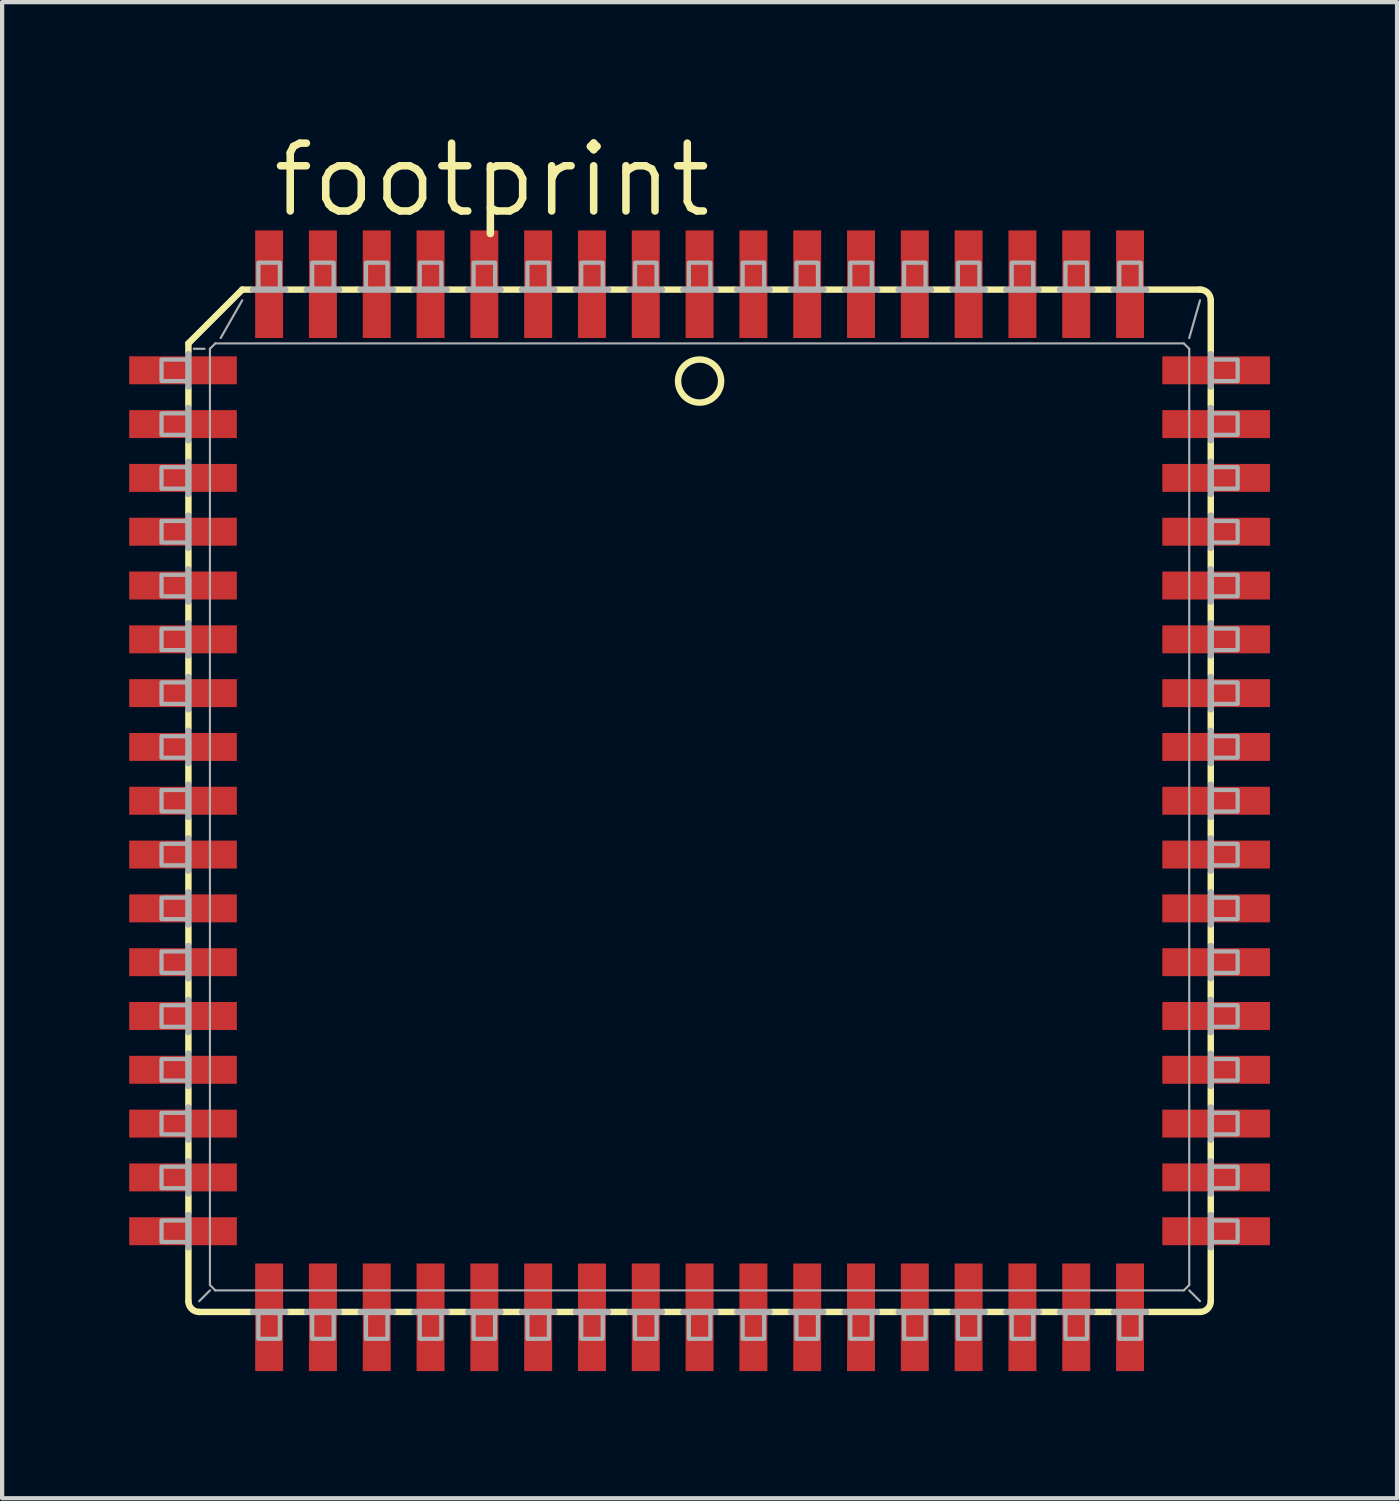
<source format=kicad_pcb>
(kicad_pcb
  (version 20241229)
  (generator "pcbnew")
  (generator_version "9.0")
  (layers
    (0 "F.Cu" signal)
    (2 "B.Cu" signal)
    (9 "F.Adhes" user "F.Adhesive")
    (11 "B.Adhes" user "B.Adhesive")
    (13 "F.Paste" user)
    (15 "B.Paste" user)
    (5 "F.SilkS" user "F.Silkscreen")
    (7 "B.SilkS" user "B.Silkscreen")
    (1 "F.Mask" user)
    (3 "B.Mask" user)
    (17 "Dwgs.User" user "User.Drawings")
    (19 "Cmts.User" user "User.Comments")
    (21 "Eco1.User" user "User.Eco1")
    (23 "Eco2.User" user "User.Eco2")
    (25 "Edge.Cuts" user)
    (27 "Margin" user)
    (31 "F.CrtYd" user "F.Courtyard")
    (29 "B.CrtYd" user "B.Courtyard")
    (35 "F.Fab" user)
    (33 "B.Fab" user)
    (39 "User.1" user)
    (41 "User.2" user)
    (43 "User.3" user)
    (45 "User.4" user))
  (footprint "footprint"
    (layer "F.Cu")
    (at 13.462 15.85)
    (property "Reference" "footprint" (at -10.16 -13.716 0) (layer "F.SilkS") (effects (font (size 1.6 1.6) (thickness 0.178)) (justify left bottom)))
    (fp_line (start -12.065 -10.795) (end -12.065 -10.592) (stroke (width 0.152) (type solid)) (layer "F.SilkS"))
    (fp_line (start -12.065 -10.795) (end -10.795 -12.065) (stroke (width 0.152) (type solid)) (layer "F.SilkS"))
    (fp_line (start -12.065 -9.728) (end -12.065 -9.322) (stroke (width 0.152) (type solid)) (layer "F.SilkS"))
    (fp_line (start -12.065 -8.458) (end -12.065 -8.052) (stroke (width 0.152) (type solid)) (layer "F.SilkS"))
    (fp_line (start -12.065 -7.188) (end -12.065 -6.782) (stroke (width 0.152) (type solid)) (layer "F.SilkS"))
    (fp_line (start -12.065 -5.918) (end -12.065 -5.512) (stroke (width 0.152) (type solid)) (layer "F.SilkS"))
    (fp_line (start -12.065 -4.648) (end -12.065 -4.242) (stroke (width 0.152) (type solid)) (layer "F.SilkS"))
    (fp_line (start -12.065 -3.378) (end -12.065 -2.972) (stroke (width 0.152) (type solid)) (layer "F.SilkS"))
    (fp_line (start -12.065 -1.702) (end -12.065 -2.108) (stroke (width 0.152) (type solid)) (layer "F.SilkS"))
    (fp_line (start -12.065 -0.838) (end -12.065 -0.432) (stroke (width 0.152) (type solid)) (layer "F.SilkS"))
    (fp_line (start -12.065 0.838) (end -12.065 0.432) (stroke (width 0.152) (type solid)) (layer "F.SilkS"))
    (fp_line (start -12.065 1.702) (end -12.065 2.108) (stroke (width 0.152) (type solid)) (layer "F.SilkS"))
    (fp_line (start -12.065 3.378) (end -12.065 2.972) (stroke (width 0.152) (type solid)) (layer "F.SilkS"))
    (fp_line (start -12.065 4.242) (end -12.065 4.648) (stroke (width 0.152) (type solid)) (layer "F.SilkS"))
    (fp_line (start -12.065 5.918) (end -12.065 5.512) (stroke (width 0.152) (type solid)) (layer "F.SilkS"))
    (fp_line (start -12.065 6.782) (end -12.065 7.188) (stroke (width 0.152) (type solid)) (layer "F.SilkS"))
    (fp_line (start -12.065 8.458) (end -12.065 8.052) (stroke (width 0.152) (type solid)) (layer "F.SilkS"))
    (fp_line (start -12.065 9.322) (end -12.065 9.728) (stroke (width 0.152) (type solid)) (layer "F.SilkS"))
    (fp_line (start -12.065 11.811) (end -12.065 10.592) (stroke (width 0.152) (type solid)) (layer "F.SilkS"))
    (fp_line (start -11.811 12.065) (end -10.592 12.065) (stroke (width 0.152) (type solid)) (layer "F.SilkS"))
    (fp_line (start -10.795 -12.065) (end -10.592 -12.065) (stroke (width 0.152) (type solid)) (layer "F.SilkS"))
    (fp_line (start -9.728 12.065) (end -9.322 12.065) (stroke (width 0.152) (type solid)) (layer "F.SilkS"))
    (fp_line (start -9.322 -12.065) (end -9.728 -12.065) (stroke (width 0.152) (type solid)) (layer "F.SilkS"))
    (fp_line (start -8.458 -12.065) (end -8.052 -12.065) (stroke (width 0.152) (type solid)) (layer "F.SilkS"))
    (fp_line (start -8.458 12.065) (end -8.052 12.065) (stroke (width 0.152) (type solid)) (layer "F.SilkS"))
    (fp_line (start -7.188 12.065) (end -6.782 12.065) (stroke (width 0.152) (type solid)) (layer "F.SilkS"))
    (fp_line (start -6.782 -12.065) (end -7.188 -12.065) (stroke (width 0.152) (type solid)) (layer "F.SilkS"))
    (fp_line (start -5.918 -12.065) (end -5.512 -12.065) (stroke (width 0.152) (type solid)) (layer "F.SilkS"))
    (fp_line (start -5.918 12.065) (end -5.512 12.065) (stroke (width 0.152) (type solid)) (layer "F.SilkS"))
    (fp_line (start -4.648 12.065) (end -4.242 12.065) (stroke (width 0.152) (type solid)) (layer "F.SilkS"))
    (fp_line (start -4.242 -12.065) (end -4.648 -12.065) (stroke (width 0.152) (type solid)) (layer "F.SilkS"))
    (fp_line (start -3.378 -12.065) (end -2.972 -12.065) (stroke (width 0.152) (type solid)) (layer "F.SilkS"))
    (fp_line (start -3.378 12.065) (end -2.972 12.065) (stroke (width 0.152) (type solid)) (layer "F.SilkS"))
    (fp_line (start -1.702 -12.065) (end -2.108 -12.065) (stroke (width 0.152) (type solid)) (layer "F.SilkS"))
    (fp_line (start -1.702 12.065) (end -2.108 12.065) (stroke (width 0.152) (type solid)) (layer "F.SilkS"))
    (fp_line (start -0.838 -12.065) (end -0.432 -12.065) (stroke (width 0.152) (type solid)) (layer "F.SilkS"))
    (fp_line (start -0.838 12.065) (end -0.432 12.065) (stroke (width 0.152) (type solid)) (layer "F.SilkS"))
    (fp_line (start 0.838 -12.065) (end 0.432 -12.065) (stroke (width 0.152) (type solid)) (layer "F.SilkS"))
    (fp_line (start 0.838 12.065) (end 0.432 12.065) (stroke (width 0.152) (type solid)) (layer "F.SilkS"))
    (fp_line (start 1.702 -12.065) (end 2.108 -12.065) (stroke (width 0.152) (type solid)) (layer "F.SilkS"))
    (fp_line (start 1.702 12.065) (end 2.108 12.065) (stroke (width 0.152) (type solid)) (layer "F.SilkS"))
    (fp_line (start 3.378 -12.065) (end 2.972 -12.065) (stroke (width 0.152) (type solid)) (layer "F.SilkS"))
    (fp_line (start 3.378 12.065) (end 2.972 12.065) (stroke (width 0.152) (type solid)) (layer "F.SilkS"))
    (fp_line (start 4.242 12.065) (end 4.648 12.065) (stroke (width 0.152) (type solid)) (layer "F.SilkS"))
    (fp_line (start 4.648 -12.065) (end 4.242 -12.065) (stroke (width 0.152) (type solid)) (layer "F.SilkS"))
    (fp_line (start 5.918 -12.065) (end 5.512 -12.065) (stroke (width 0.152) (type solid)) (layer "F.SilkS"))
    (fp_line (start 5.918 12.065) (end 5.512 12.065) (stroke (width 0.152) (type solid)) (layer "F.SilkS"))
    (fp_line (start 6.782 12.065) (end 7.188 12.065) (stroke (width 0.152) (type solid)) (layer "F.SilkS"))
    (fp_line (start 7.188 -12.065) (end 6.782 -12.065) (stroke (width 0.152) (type solid)) (layer "F.SilkS"))
    (fp_line (start 8.458 -12.065) (end 8.052 -12.065) (stroke (width 0.152) (type solid)) (layer "F.SilkS"))
    (fp_line (start 8.458 12.065) (end 8.052 12.065) (stroke (width 0.152) (type solid)) (layer "F.SilkS"))
    (fp_line (start 9.322 12.065) (end 9.728 12.065) (stroke (width 0.152) (type solid)) (layer "F.SilkS"))
    (fp_line (start 9.728 -12.065) (end 9.322 -12.065) (stroke (width 0.152) (type solid)) (layer "F.SilkS"))
    (fp_line (start 11.811 -12.065) (end 10.592 -12.065) (stroke (width 0.152) (type solid)) (layer "F.SilkS"))
    (fp_line (start 11.811 12.065) (end 10.592 12.065) (stroke (width 0.152) (type solid)) (layer "F.SilkS"))
    (fp_line (start 12.065 -11.811) (end 12.065 -10.592) (stroke (width 0.152) (type solid)) (layer "F.SilkS"))
    (fp_line (start 12.065 -9.322) (end 12.065 -9.728) (stroke (width 0.152) (type solid)) (layer "F.SilkS"))
    (fp_line (start 12.065 -8.458) (end 12.065 -8.052) (stroke (width 0.152) (type solid)) (layer "F.SilkS"))
    (fp_line (start 12.065 -6.782) (end 12.065 -7.188) (stroke (width 0.152) (type solid)) (layer "F.SilkS"))
    (fp_line (start 12.065 -5.918) (end 12.065 -5.512) (stroke (width 0.152) (type solid)) (layer "F.SilkS"))
    (fp_line (start 12.065 -4.242) (end 12.065 -4.648) (stroke (width 0.152) (type solid)) (layer "F.SilkS"))
    (fp_line (start 12.065 -3.378) (end 12.065 -2.972) (stroke (width 0.152) (type solid)) (layer "F.SilkS"))
    (fp_line (start 12.065 -1.702) (end 12.065 -2.108) (stroke (width 0.152) (type solid)) (layer "F.SilkS"))
    (fp_line (start 12.065 -0.838) (end 12.065 -0.432) (stroke (width 0.152) (type solid)) (layer "F.SilkS"))
    (fp_line (start 12.065 0.838) (end 12.065 0.432) (stroke (width 0.152) (type solid)) (layer "F.SilkS"))
    (fp_line (start 12.065 1.702) (end 12.065 2.108) (stroke (width 0.152) (type solid)) (layer "F.SilkS"))
    (fp_line (start 12.065 3.378) (end 12.065 2.972) (stroke (width 0.152) (type solid)) (layer "F.SilkS"))
    (fp_line (start 12.065 4.648) (end 12.065 4.242) (stroke (width 0.152) (type solid)) (layer "F.SilkS"))
    (fp_line (start 12.065 5.918) (end 12.065 5.512) (stroke (width 0.152) (type solid)) (layer "F.SilkS"))
    (fp_line (start 12.065 7.188) (end 12.065 6.782) (stroke (width 0.152) (type solid)) (layer "F.SilkS"))
    (fp_line (start 12.065 8.458) (end 12.065 8.052) (stroke (width 0.152) (type solid)) (layer "F.SilkS"))
    (fp_line (start 12.065 9.728) (end 12.065 9.322) (stroke (width 0.152) (type solid)) (layer "F.SilkS"))
    (fp_line (start 12.065 11.811) (end 12.065 10.592) (stroke (width 0.152) (type solid)) (layer "F.SilkS"))
    (fp_arc (start -11.811 12.065) (mid -11.990605 11.990605) (end -12.065 11.811) (stroke (width 0.1524) (type solid)) (layer "F.SilkS"))
    (fp_arc (start 11.811 -12.065) (mid 11.990605 -11.990605) (end 12.065 -11.811) (stroke (width 0.1524) (type solid)) (layer "F.SilkS"))
    (fp_arc (start 12.065 11.811) (mid 11.990605 11.990605) (end 11.811 12.065) (stroke (width 0.1524) (type solid)) (layer "F.SilkS"))
    (fp_circle (center 0 -9.906) (end 0.508 -9.906) (stroke (width 0.152) (type solid)) (fill no) (layer "F.SilkS"))
    (fp_line (start -12.065 -10.541) (end -12.065 -9.779) (stroke (width 0.152) (type solid)) (layer "F.Fab"))
    (fp_line (start -12.065 -9.271) (end -12.065 -8.509) (stroke (width 0.152) (type solid)) (layer "F.Fab"))
    (fp_line (start -12.065 -8.001) (end -12.065 -7.239) (stroke (width 0.152) (type solid)) (layer "F.Fab"))
    (fp_line (start -12.065 -6.731) (end -12.065 -5.969) (stroke (width 0.152) (type solid)) (layer "F.Fab"))
    (fp_line (start -12.065 -5.461) (end -12.065 -4.699) (stroke (width 0.152) (type solid)) (layer "F.Fab"))
    (fp_line (start -12.065 -4.191) (end -12.065 -3.429) (stroke (width 0.152) (type solid)) (layer "F.Fab"))
    (fp_line (start -12.065 -2.921) (end -12.065 -2.159) (stroke (width 0.152) (type solid)) (layer "F.Fab"))
    (fp_line (start -12.065 -1.651) (end -12.065 -0.889) (stroke (width 0.152) (type solid)) (layer "F.Fab"))
    (fp_line (start -12.065 -0.381) (end -12.065 0.381) (stroke (width 0.152) (type solid)) (layer "F.Fab"))
    (fp_line (start -12.065 0.889) (end -12.065 1.651) (stroke (width 0.152) (type solid)) (layer "F.Fab"))
    (fp_line (start -12.065 2.159) (end -12.065 2.921) (stroke (width 0.152) (type solid)) (layer "F.Fab"))
    (fp_line (start -12.065 3.429) (end -12.065 4.191) (stroke (width 0.152) (type solid)) (layer "F.Fab"))
    (fp_line (start -12.065 4.699) (end -12.065 5.461) (stroke (width 0.152) (type solid)) (layer "F.Fab"))
    (fp_line (start -12.065 5.969) (end -12.065 6.731) (stroke (width 0.152) (type solid)) (layer "F.Fab"))
    (fp_line (start -12.065 7.239) (end -12.065 8.001) (stroke (width 0.152) (type solid)) (layer "F.Fab"))
    (fp_line (start -12.065 8.509) (end -12.065 9.271) (stroke (width 0.152) (type solid)) (layer "F.Fab"))
    (fp_line (start -12.065 9.779) (end -12.065 10.541) (stroke (width 0.152) (type solid)) (layer "F.Fab"))
    (fp_line (start -11.684 -10.668) (end -11.938 -10.668) (stroke (width 0.051) (type solid)) (layer "F.Fab"))
    (fp_line (start -11.557 11.43) (end -11.557 -10.668) (stroke (width 0.051) (type solid)) (layer "F.Fab"))
    (fp_line (start -11.557 11.43) (end -11.43 11.557) (stroke (width 0.051) (type solid)) (layer "F.Fab"))
    (fp_line (start -11.557 11.557) (end -11.811 11.811) (stroke (width 0.051) (type solid)) (layer "F.Fab"))
    (fp_line (start -11.43 -10.795) (end -11.557 -10.668) (stroke (width 0.051) (type solid)) (layer "F.Fab"))
    (fp_line (start -11.43 -10.795) (end 11.43 -10.795) (stroke (width 0.051) (type solid)) (layer "F.Fab"))
    (fp_line (start -11.303 -10.922) (end -10.795 -11.811) (stroke (width 0.051) (type solid)) (layer "F.Fab"))
    (fp_line (start -10.541 12.065) (end -9.779 12.065) (stroke (width 0.152) (type solid)) (layer "F.Fab"))
    (fp_line (start -9.779 -12.065) (end -10.541 -12.065) (stroke (width 0.152) (type solid)) (layer "F.Fab"))
    (fp_line (start -9.271 12.065) (end -8.509 12.065) (stroke (width 0.152) (type solid)) (layer "F.Fab"))
    (fp_line (start -8.509 -12.065) (end -9.271 -12.065) (stroke (width 0.152) (type solid)) (layer "F.Fab"))
    (fp_line (start -8.001 12.065) (end -7.239 12.065) (stroke (width 0.152) (type solid)) (layer "F.Fab"))
    (fp_line (start -7.239 -12.065) (end -8.001 -12.065) (stroke (width 0.152) (type solid)) (layer "F.Fab"))
    (fp_line (start -6.731 12.065) (end -5.969 12.065) (stroke (width 0.152) (type solid)) (layer "F.Fab"))
    (fp_line (start -5.969 -12.065) (end -6.731 -12.065) (stroke (width 0.152) (type solid)) (layer "F.Fab"))
    (fp_line (start -5.461 12.065) (end -4.699 12.065) (stroke (width 0.152) (type solid)) (layer "F.Fab"))
    (fp_line (start -4.699 -12.065) (end -5.461 -12.065) (stroke (width 0.152) (type solid)) (layer "F.Fab"))
    (fp_line (start -4.191 12.065) (end -3.429 12.065) (stroke (width 0.152) (type solid)) (layer "F.Fab"))
    (fp_line (start -3.429 -12.065) (end -4.191 -12.065) (stroke (width 0.152) (type solid)) (layer "F.Fab"))
    (fp_line (start -2.921 12.065) (end -2.159 12.065) (stroke (width 0.152) (type solid)) (layer "F.Fab"))
    (fp_line (start -2.159 -12.065) (end -2.921 -12.065) (stroke (width 0.152) (type solid)) (layer "F.Fab"))
    (fp_line (start -1.651 12.065) (end -0.889 12.065) (stroke (width 0.152) (type solid)) (layer "F.Fab"))
    (fp_line (start -0.889 -12.065) (end -1.651 -12.065) (stroke (width 0.152) (type solid)) (layer "F.Fab"))
    (fp_line (start -0.381 12.065) (end 0.381 12.065) (stroke (width 0.152) (type solid)) (layer "F.Fab"))
    (fp_line (start 0.381 -12.065) (end -0.381 -12.065) (stroke (width 0.152) (type solid)) (layer "F.Fab"))
    (fp_line (start 0.889 12.065) (end 1.651 12.065) (stroke (width 0.152) (type solid)) (layer "F.Fab"))
    (fp_line (start 1.651 -12.065) (end 0.889 -12.065) (stroke (width 0.152) (type solid)) (layer "F.Fab"))
    (fp_line (start 2.159 12.065) (end 2.921 12.065) (stroke (width 0.152) (type solid)) (layer "F.Fab"))
    (fp_line (start 2.921 -12.065) (end 2.159 -12.065) (stroke (width 0.152) (type solid)) (layer "F.Fab"))
    (fp_line (start 3.429 12.065) (end 4.191 12.065) (stroke (width 0.152) (type solid)) (layer "F.Fab"))
    (fp_line (start 4.191 -12.065) (end 3.429 -12.065) (stroke (width 0.152) (type solid)) (layer "F.Fab"))
    (fp_line (start 4.699 12.065) (end 5.461 12.065) (stroke (width 0.152) (type solid)) (layer "F.Fab"))
    (fp_line (start 5.461 -12.065) (end 4.699 -12.065) (stroke (width 0.152) (type solid)) (layer "F.Fab"))
    (fp_line (start 5.969 12.065) (end 6.731 12.065) (stroke (width 0.152) (type solid)) (layer "F.Fab"))
    (fp_line (start 6.731 -12.065) (end 5.969 -12.065) (stroke (width 0.152) (type solid)) (layer "F.Fab"))
    (fp_line (start 7.239 12.065) (end 8.001 12.065) (stroke (width 0.152) (type solid)) (layer "F.Fab"))
    (fp_line (start 8.001 -12.065) (end 7.239 -12.065) (stroke (width 0.152) (type solid)) (layer "F.Fab"))
    (fp_line (start 8.509 12.065) (end 9.271 12.065) (stroke (width 0.152) (type solid)) (layer "F.Fab"))
    (fp_line (start 9.271 -12.065) (end 8.509 -12.065) (stroke (width 0.152) (type solid)) (layer "F.Fab"))
    (fp_line (start 9.779 12.065) (end 10.541 12.065) (stroke (width 0.152) (type solid)) (layer "F.Fab"))
    (fp_line (start 10.541 -12.065) (end 9.779 -12.065) (stroke (width 0.152) (type solid)) (layer "F.Fab"))
    (fp_line (start 11.43 11.557) (end -11.43 11.557) (stroke (width 0.051) (type solid)) (layer "F.Fab"))
    (fp_line (start 11.43 11.557) (end 11.557 11.43) (stroke (width 0.051) (type solid)) (layer "F.Fab"))
    (fp_line (start 11.557 -10.668) (end 11.43 -10.795) (stroke (width 0.051) (type solid)) (layer "F.Fab"))
    (fp_line (start 11.557 -10.668) (end 11.557 11.43) (stroke (width 0.051) (type solid)) (layer "F.Fab"))
    (fp_line (start 11.557 11.557) (end 11.811 11.811) (stroke (width 0.051) (type solid)) (layer "F.Fab"))
    (fp_line (start 11.811 -11.811) (end 11.557 -10.922) (stroke (width 0.051) (type solid)) (layer "F.Fab"))
    (fp_line (start 12.065 -9.779) (end 12.065 -10.541) (stroke (width 0.152) (type solid)) (layer "F.Fab"))
    (fp_line (start 12.065 -8.509) (end 12.065 -9.271) (stroke (width 0.152) (type solid)) (layer "F.Fab"))
    (fp_line (start 12.065 -7.239) (end 12.065 -8.001) (stroke (width 0.152) (type solid)) (layer "F.Fab"))
    (fp_line (start 12.065 -5.969) (end 12.065 -6.731) (stroke (width 0.152) (type solid)) (layer "F.Fab"))
    (fp_line (start 12.065 -4.699) (end 12.065 -5.461) (stroke (width 0.152) (type solid)) (layer "F.Fab"))
    (fp_line (start 12.065 -3.429) (end 12.065 -4.191) (stroke (width 0.152) (type solid)) (layer "F.Fab"))
    (fp_line (start 12.065 -2.159) (end 12.065 -2.921) (stroke (width 0.152) (type solid)) (layer "F.Fab"))
    (fp_line (start 12.065 -0.889) (end 12.065 -1.651) (stroke (width 0.152) (type solid)) (layer "F.Fab"))
    (fp_line (start 12.065 0.381) (end 12.065 -0.381) (stroke (width 0.152) (type solid)) (layer "F.Fab"))
    (fp_line (start 12.065 1.651) (end 12.065 0.889) (stroke (width 0.152) (type solid)) (layer "F.Fab"))
    (fp_line (start 12.065 2.921) (end 12.065 2.159) (stroke (width 0.152) (type solid)) (layer "F.Fab"))
    (fp_line (start 12.065 4.191) (end 12.065 3.429) (stroke (width 0.152) (type solid)) (layer "F.Fab"))
    (fp_line (start 12.065 5.461) (end 12.065 4.699) (stroke (width 0.152) (type solid)) (layer "F.Fab"))
    (fp_line (start 12.065 6.731) (end 12.065 5.969) (stroke (width 0.152) (type solid)) (layer "F.Fab"))
    (fp_line (start 12.065 8.001) (end 12.065 7.239) (stroke (width 0.152) (type solid)) (layer "F.Fab"))
    (fp_line (start 12.065 9.271) (end 12.065 8.509) (stroke (width 0.152) (type solid)) (layer "F.Fab"))
    (fp_line (start 12.065 10.541) (end 12.065 9.779) (stroke (width 0.152) (type solid)) (layer "F.Fab"))
    (fp_poly (pts (xy -12.7 -9.906) (xy -12.065 -9.906) (xy -12.065 -10.414) (xy -12.7 -10.414)) (stroke (width 0.1) (type solid)) (fill no) (layer "F.Fab"))
    (fp_poly (pts (xy -12.7 -8.636) (xy -12.065 -8.636) (xy -12.065 -9.144) (xy -12.7 -9.144)) (stroke (width 0.1) (type solid)) (fill no) (layer "F.Fab"))
    (fp_poly (pts (xy -12.7 -7.366) (xy -12.065 -7.366) (xy -12.065 -7.874) (xy -12.7 -7.874)) (stroke (width 0.1) (type solid)) (fill no) (layer "F.Fab"))
    (fp_poly (pts (xy -12.7 -6.096) (xy -12.065 -6.096) (xy -12.065 -6.604) (xy -12.7 -6.604)) (stroke (width 0.1) (type solid)) (fill no) (layer "F.Fab"))
    (fp_poly (pts (xy -12.7 -4.826) (xy -12.065 -4.826) (xy -12.065 -5.334) (xy -12.7 -5.334)) (stroke (width 0.1) (type solid)) (fill no) (layer "F.Fab"))
    (fp_poly (pts (xy -12.7 -3.556) (xy -12.065 -3.556) (xy -12.065 -4.064) (xy -12.7 -4.064)) (stroke (width 0.1) (type solid)) (fill no) (layer "F.Fab"))
    (fp_poly (pts (xy -12.7 -2.286) (xy -12.065 -2.286) (xy -12.065 -2.794) (xy -12.7 -2.794)) (stroke (width 0.1) (type solid)) (fill no) (layer "F.Fab"))
    (fp_poly (pts (xy -12.7 -1.016) (xy -12.065 -1.016) (xy -12.065 -1.524) (xy -12.7 -1.524)) (stroke (width 0.1) (type solid)) (fill no) (layer "F.Fab"))
    (fp_poly (pts (xy -12.7 0.254) (xy -12.065 0.254) (xy -12.065 -0.254) (xy -12.7 -0.254)) (stroke (width 0.1) (type solid)) (fill no) (layer "F.Fab"))
    (fp_poly (pts (xy -12.7 1.524) (xy -12.065 1.524) (xy -12.065 1.016) (xy -12.7 1.016)) (stroke (width 0.1) (type solid)) (fill no) (layer "F.Fab"))
    (fp_poly (pts (xy -12.7 2.794) (xy -12.065 2.794) (xy -12.065 2.286) (xy -12.7 2.286)) (stroke (width 0.1) (type solid)) (fill no) (layer "F.Fab"))
    (fp_poly (pts (xy -12.7 4.064) (xy -12.065 4.064) (xy -12.065 3.556) (xy -12.7 3.556)) (stroke (width 0.1) (type solid)) (fill no) (layer "F.Fab"))
    (fp_poly (pts (xy -12.7 5.334) (xy -12.065 5.334) (xy -12.065 4.826) (xy -12.7 4.826)) (stroke (width 0.1) (type solid)) (fill no) (layer "F.Fab"))
    (fp_poly (pts (xy -12.7 6.604) (xy -12.065 6.604) (xy -12.065 6.096) (xy -12.7 6.096)) (stroke (width 0.1) (type solid)) (fill no) (layer "F.Fab"))
    (fp_poly (pts (xy -12.7 7.874) (xy -12.065 7.874) (xy -12.065 7.366) (xy -12.7 7.366)) (stroke (width 0.1) (type solid)) (fill no) (layer "F.Fab"))
    (fp_poly (pts (xy -12.7 9.144) (xy -12.065 9.144) (xy -12.065 8.636) (xy -12.7 8.636)) (stroke (width 0.1) (type solid)) (fill no) (layer "F.Fab"))
    (fp_poly (pts (xy -12.7 10.414) (xy -12.065 10.414) (xy -12.065 9.906) (xy -12.7 9.906)) (stroke (width 0.1) (type solid)) (fill no) (layer "F.Fab"))
    (fp_poly (pts (xy -10.414 -12.065) (xy -9.906 -12.065) (xy -9.906 -12.7) (xy -10.414 -12.7)) (stroke (width 0.1) (type solid)) (fill no) (layer "F.Fab"))
    (fp_poly (pts (xy -10.414 12.7) (xy -9.906 12.7) (xy -9.906 12.065) (xy -10.414 12.065)) (stroke (width 0.1) (type solid)) (fill no) (layer "F.Fab"))
    (fp_poly (pts (xy -9.144 -12.065) (xy -8.636 -12.065) (xy -8.636 -12.7) (xy -9.144 -12.7)) (stroke (width 0.1) (type solid)) (fill no) (layer "F.Fab"))
    (fp_poly (pts (xy -9.144 12.7) (xy -8.636 12.7) (xy -8.636 12.065) (xy -9.144 12.065)) (stroke (width 0.1) (type solid)) (fill no) (layer "F.Fab"))
    (fp_poly (pts (xy -7.874 -12.065) (xy -7.366 -12.065) (xy -7.366 -12.7) (xy -7.874 -12.7)) (stroke (width 0.1) (type solid)) (fill no) (layer "F.Fab"))
    (fp_poly (pts (xy -7.874 12.7) (xy -7.366 12.7) (xy -7.366 12.065) (xy -7.874 12.065)) (stroke (width 0.1) (type solid)) (fill no) (layer "F.Fab"))
    (fp_poly (pts (xy -6.604 -12.065) (xy -6.096 -12.065) (xy -6.096 -12.7) (xy -6.604 -12.7)) (stroke (width 0.1) (type solid)) (fill no) (layer "F.Fab"))
    (fp_poly (pts (xy -6.604 12.7) (xy -6.096 12.7) (xy -6.096 12.065) (xy -6.604 12.065)) (stroke (width 0.1) (type solid)) (fill no) (layer "F.Fab"))
    (fp_poly (pts (xy -5.334 -12.065) (xy -4.826 -12.065) (xy -4.826 -12.7) (xy -5.334 -12.7)) (stroke (width 0.1) (type solid)) (fill no) (layer "F.Fab"))
    (fp_poly (pts (xy -5.334 12.7) (xy -4.826 12.7) (xy -4.826 12.065) (xy -5.334 12.065)) (stroke (width 0.1) (type solid)) (fill no) (layer "F.Fab"))
    (fp_poly (pts (xy -4.064 -12.065) (xy -3.556 -12.065) (xy -3.556 -12.7) (xy -4.064 -12.7)) (stroke (width 0.1) (type solid)) (fill no) (layer "F.Fab"))
    (fp_poly (pts (xy -4.064 12.7) (xy -3.556 12.7) (xy -3.556 12.065) (xy -4.064 12.065)) (stroke (width 0.1) (type solid)) (fill no) (layer "F.Fab"))
    (fp_poly (pts (xy -2.794 -12.065) (xy -2.286 -12.065) (xy -2.286 -12.7) (xy -2.794 -12.7)) (stroke (width 0.1) (type solid)) (fill no) (layer "F.Fab"))
    (fp_poly (pts (xy -2.794 12.7) (xy -2.286 12.7) (xy -2.286 12.065) (xy -2.794 12.065)) (stroke (width 0.1) (type solid)) (fill no) (layer "F.Fab"))
    (fp_poly (pts (xy -1.524 -12.065) (xy -1.016 -12.065) (xy -1.016 -12.7) (xy -1.524 -12.7)) (stroke (width 0.1) (type solid)) (fill no) (layer "F.Fab"))
    (fp_poly (pts (xy -1.524 12.7) (xy -1.016 12.7) (xy -1.016 12.065) (xy -1.524 12.065)) (stroke (width 0.1) (type solid)) (fill no) (layer "F.Fab"))
    (fp_poly (pts (xy -0.254 -12.065) (xy 0.254 -12.065) (xy 0.254 -12.7) (xy -0.254 -12.7)) (stroke (width 0.1) (type solid)) (fill no) (layer "F.Fab"))
    (fp_poly (pts (xy -0.254 12.7) (xy 0.254 12.7) (xy 0.254 12.065) (xy -0.254 12.065)) (stroke (width 0.1) (type solid)) (fill no) (layer "F.Fab"))
    (fp_poly (pts (xy 1.016 -12.065) (xy 1.524 -12.065) (xy 1.524 -12.7) (xy 1.016 -12.7)) (stroke (width 0.1) (type solid)) (fill no) (layer "F.Fab"))
    (fp_poly (pts (xy 1.016 12.7) (xy 1.524 12.7) (xy 1.524 12.065) (xy 1.016 12.065)) (stroke (width 0.1) (type solid)) (fill no) (layer "F.Fab"))
    (fp_poly (pts (xy 2.286 -12.065) (xy 2.794 -12.065) (xy 2.794 -12.7) (xy 2.286 -12.7)) (stroke (width 0.1) (type solid)) (fill no) (layer "F.Fab"))
    (fp_poly (pts (xy 2.286 12.7) (xy 2.794 12.7) (xy 2.794 12.065) (xy 2.286 12.065)) (stroke (width 0.1) (type solid)) (fill no) (layer "F.Fab"))
    (fp_poly (pts (xy 3.556 -12.065) (xy 4.064 -12.065) (xy 4.064 -12.7) (xy 3.556 -12.7)) (stroke (width 0.1) (type solid)) (fill no) (layer "F.Fab"))
    (fp_poly (pts (xy 3.556 12.7) (xy 4.064 12.7) (xy 4.064 12.065) (xy 3.556 12.065)) (stroke (width 0.1) (type solid)) (fill no) (layer "F.Fab"))
    (fp_poly (pts (xy 4.826 -12.065) (xy 5.334 -12.065) (xy 5.334 -12.7) (xy 4.826 -12.7)) (stroke (width 0.1) (type solid)) (fill no) (layer "F.Fab"))
    (fp_poly (pts (xy 4.826 12.7) (xy 5.334 12.7) (xy 5.334 12.065) (xy 4.826 12.065)) (stroke (width 0.1) (type solid)) (fill no) (layer "F.Fab"))
    (fp_poly (pts (xy 6.096 -12.065) (xy 6.604 -12.065) (xy 6.604 -12.7) (xy 6.096 -12.7)) (stroke (width 0.1) (type solid)) (fill no) (layer "F.Fab"))
    (fp_poly (pts (xy 6.096 12.7) (xy 6.604 12.7) (xy 6.604 12.065) (xy 6.096 12.065)) (stroke (width 0.1) (type solid)) (fill no) (layer "F.Fab"))
    (fp_poly (pts (xy 7.366 -12.065) (xy 7.874 -12.065) (xy 7.874 -12.7) (xy 7.366 -12.7)) (stroke (width 0.1) (type solid)) (fill no) (layer "F.Fab"))
    (fp_poly (pts (xy 7.366 12.7) (xy 7.874 12.7) (xy 7.874 12.065) (xy 7.366 12.065)) (stroke (width 0.1) (type solid)) (fill no) (layer "F.Fab"))
    (fp_poly (pts (xy 8.636 -12.065) (xy 9.144 -12.065) (xy 9.144 -12.7) (xy 8.636 -12.7)) (stroke (width 0.1) (type solid)) (fill no) (layer "F.Fab"))
    (fp_poly (pts (xy 8.636 12.7) (xy 9.144 12.7) (xy 9.144 12.065) (xy 8.636 12.065)) (stroke (width 0.1) (type solid)) (fill no) (layer "F.Fab"))
    (fp_poly (pts (xy 9.906 -12.065) (xy 10.414 -12.065) (xy 10.414 -12.7) (xy 9.906 -12.7)) (stroke (width 0.1) (type solid)) (fill no) (layer "F.Fab"))
    (fp_poly (pts (xy 9.906 12.7) (xy 10.414 12.7) (xy 10.414 12.065) (xy 9.906 12.065)) (stroke (width 0.1) (type solid)) (fill no) (layer "F.Fab"))
    (fp_poly (pts (xy 12.065 -9.906) (xy 12.7 -9.906) (xy 12.7 -10.414) (xy 12.065 -10.414)) (stroke (width 0.1) (type solid)) (fill no) (layer "F.Fab"))
    (fp_poly (pts (xy 12.065 -8.636) (xy 12.7 -8.636) (xy 12.7 -9.144) (xy 12.065 -9.144)) (stroke (width 0.1) (type solid)) (fill no) (layer "F.Fab"))
    (fp_poly (pts (xy 12.065 -7.366) (xy 12.7 -7.366) (xy 12.7 -7.874) (xy 12.065 -7.874)) (stroke (width 0.1) (type solid)) (fill no) (layer "F.Fab"))
    (fp_poly (pts (xy 12.065 -6.096) (xy 12.7 -6.096) (xy 12.7 -6.604) (xy 12.065 -6.604)) (stroke (width 0.1) (type solid)) (fill no) (layer "F.Fab"))
    (fp_poly (pts (xy 12.065 -4.826) (xy 12.7 -4.826) (xy 12.7 -5.334) (xy 12.065 -5.334)) (stroke (width 0.1) (type solid)) (fill no) (layer "F.Fab"))
    (fp_poly (pts (xy 12.065 -3.556) (xy 12.7 -3.556) (xy 12.7 -4.064) (xy 12.065 -4.064)) (stroke (width 0.1) (type solid)) (fill no) (layer "F.Fab"))
    (fp_poly (pts (xy 12.065 -2.286) (xy 12.7 -2.286) (xy 12.7 -2.794) (xy 12.065 -2.794)) (stroke (width 0.1) (type solid)) (fill no) (layer "F.Fab"))
    (fp_poly (pts (xy 12.065 -1.016) (xy 12.7 -1.016) (xy 12.7 -1.524) (xy 12.065 -1.524)) (stroke (width 0.1) (type solid)) (fill no) (layer "F.Fab"))
    (fp_poly (pts (xy 12.065 0.254) (xy 12.7 0.254) (xy 12.7 -0.254) (xy 12.065 -0.254)) (stroke (width 0.1) (type solid)) (fill no) (layer "F.Fab"))
    (fp_poly (pts (xy 12.065 1.524) (xy 12.7 1.524) (xy 12.7 1.016) (xy 12.065 1.016)) (stroke (width 0.1) (type solid)) (fill no) (layer "F.Fab"))
    (fp_poly (pts (xy 12.065 2.794) (xy 12.7 2.794) (xy 12.7 2.286) (xy 12.065 2.286)) (stroke (width 0.1) (type solid)) (fill no) (layer "F.Fab"))
    (fp_poly (pts (xy 12.065 4.064) (xy 12.7 4.064) (xy 12.7 3.556) (xy 12.065 3.556)) (stroke (width 0.1) (type solid)) (fill no) (layer "F.Fab"))
    (fp_poly (pts (xy 12.065 5.334) (xy 12.7 5.334) (xy 12.7 4.826) (xy 12.065 4.826)) (stroke (width 0.1) (type solid)) (fill no) (layer "F.Fab"))
    (fp_poly (pts (xy 12.065 6.604) (xy 12.7 6.604) (xy 12.7 6.096) (xy 12.065 6.096)) (stroke (width 0.1) (type solid)) (fill no) (layer "F.Fab"))
    (fp_poly (pts (xy 12.065 7.874) (xy 12.7 7.874) (xy 12.7 7.366) (xy 12.065 7.366)) (stroke (width 0.1) (type solid)) (fill no) (layer "F.Fab"))
    (fp_poly (pts (xy 12.065 9.144) (xy 12.7 9.144) (xy 12.7 8.636) (xy 12.065 8.636)) (stroke (width 0.1) (type solid)) (fill no) (layer "F.Fab"))
    (fp_poly (pts (xy 12.065 10.414) (xy 12.7 10.414) (xy 12.7 9.906) (xy 12.065 9.906)) (stroke (width 0.1) (type solid)) (fill no) (layer "F.Fab"))
    (pad "1" smd rect (at 0 -12.192) (size 0.66 2.54) (layers "F.Cu" "F.Mask" "F.Paste"))
    (pad "2" smd rect (at -1.27 -12.192) (size 0.66 2.54) (layers "F.Cu" "F.Mask" "F.Paste"))
    (pad "3" smd rect (at -2.54 -12.192) (size 0.66 2.54) (layers "F.Cu" "F.Mask" "F.Paste"))
    (pad "4" smd rect (at -3.81 -12.192) (size 0.66 2.54) (layers "F.Cu" "F.Mask" "F.Paste"))
    (pad "5" smd rect (at -5.08 -12.192) (size 0.66 2.54) (layers "F.Cu" "F.Mask" "F.Paste"))
    (pad "6" smd rect (at -6.35 -12.192) (size 0.66 2.54) (layers "F.Cu" "F.Mask" "F.Paste"))
    (pad "7" smd rect (at -7.62 -12.192) (size 0.66 2.54) (layers "F.Cu" "F.Mask" "F.Paste"))
    (pad "8" smd rect (at -8.89 -12.192) (size 0.66 2.54) (layers "F.Cu" "F.Mask" "F.Paste"))
    (pad "9" smd rect (at -10.16 -12.192) (size 0.66 2.54) (layers "F.Cu" "F.Mask" "F.Paste"))
    (pad "10" smd rect (at -12.192 -10.16) (size 2.54 0.66) (layers "F.Cu" "F.Mask" "F.Paste"))
    (pad "11" smd rect (at -12.192 -8.89) (size 2.54 0.66) (layers "F.Cu" "F.Mask" "F.Paste"))
    (pad "12" smd rect (at -12.192 -7.62) (size 2.54 0.66) (layers "F.Cu" "F.Mask" "F.Paste"))
    (pad "13" smd rect (at -12.192 -6.35) (size 2.54 0.66) (layers "F.Cu" "F.Mask" "F.Paste"))
    (pad "14" smd rect (at -12.192 -5.08) (size 2.54 0.66) (layers "F.Cu" "F.Mask" "F.Paste"))
    (pad "15" smd rect (at -12.192 -3.81) (size 2.54 0.66) (layers "F.Cu" "F.Mask" "F.Paste"))
    (pad "16" smd rect (at -12.192 -2.54) (size 2.54 0.66) (layers "F.Cu" "F.Mask" "F.Paste"))
    (pad "17" smd rect (at -12.192 -1.27) (size 2.54 0.66) (layers "F.Cu" "F.Mask" "F.Paste"))
    (pad "18" smd rect (at -12.192 0) (size 2.54 0.66) (layers "F.Cu" "F.Mask" "F.Paste"))
    (pad "19" smd rect (at -12.192 1.27) (size 2.54 0.66) (layers "F.Cu" "F.Mask" "F.Paste"))
    (pad "20" smd rect (at -12.192 2.54) (size 2.54 0.66) (layers "F.Cu" "F.Mask" "F.Paste"))
    (pad "21" smd rect (at -12.192 3.81) (size 2.54 0.66) (layers "F.Cu" "F.Mask" "F.Paste"))
    (pad "22" smd rect (at -12.192 5.08) (size 2.54 0.66) (layers "F.Cu" "F.Mask" "F.Paste"))
    (pad "23" smd rect (at -12.192 6.35) (size 2.54 0.66) (layers "F.Cu" "F.Mask" "F.Paste"))
    (pad "24" smd rect (at -12.192 7.62) (size 2.54 0.66) (layers "F.Cu" "F.Mask" "F.Paste"))
    (pad "25" smd rect (at -12.192 8.89) (size 2.54 0.66) (layers "F.Cu" "F.Mask" "F.Paste"))
    (pad "26" smd rect (at -12.192 10.16) (size 2.54 0.66) (layers "F.Cu" "F.Mask" "F.Paste"))
    (pad "27" smd rect (at -10.16 12.192) (size 0.66 2.54) (layers "F.Cu" "F.Mask" "F.Paste"))
    (pad "28" smd rect (at -8.89 12.192) (size 0.66 2.54) (layers "F.Cu" "F.Mask" "F.Paste"))
    (pad "29" smd rect (at -7.62 12.192) (size 0.66 2.54) (layers "F.Cu" "F.Mask" "F.Paste"))
    (pad "30" smd rect (at -6.35 12.192) (size 0.66 2.54) (layers "F.Cu" "F.Mask" "F.Paste"))
    (pad "31" smd rect (at -5.08 12.192) (size 0.66 2.54) (layers "F.Cu" "F.Mask" "F.Paste"))
    (pad "32" smd rect (at -3.81 12.192) (size 0.66 2.54) (layers "F.Cu" "F.Mask" "F.Paste"))
    (pad "33" smd rect (at -2.54 12.192) (size 0.66 2.54) (layers "F.Cu" "F.Mask" "F.Paste"))
    (pad "34" smd rect (at -1.27 12.192) (size 0.66 2.54) (layers "F.Cu" "F.Mask" "F.Paste"))
    (pad "35" smd rect (at 0 12.192) (size 0.66 2.54) (layers "F.Cu" "F.Mask" "F.Paste"))
    (pad "36" smd rect (at 1.27 12.192) (size 0.66 2.54) (layers "F.Cu" "F.Mask" "F.Paste"))
    (pad "37" smd rect (at 2.54 12.192) (size 0.66 2.54) (layers "F.Cu" "F.Mask" "F.Paste"))
    (pad "38" smd rect (at 3.81 12.192) (size 0.66 2.54) (layers "F.Cu" "F.Mask" "F.Paste"))
    (pad "39" smd rect (at 5.08 12.192) (size 0.66 2.54) (layers "F.Cu" "F.Mask" "F.Paste"))
    (pad "40" smd rect (at 6.35 12.192) (size 0.66 2.54) (layers "F.Cu" "F.Mask" "F.Paste"))
    (pad "41" smd rect (at 7.62 12.192) (size 0.66 2.54) (layers "F.Cu" "F.Mask" "F.Paste"))
    (pad "42" smd rect (at 8.89 12.192) (size 0.66 2.54) (layers "F.Cu" "F.Mask" "F.Paste"))
    (pad "43" smd rect (at 10.16 12.192) (size 0.66 2.54) (layers "F.Cu" "F.Mask" "F.Paste"))
    (pad "44" smd rect (at 12.192 10.16) (size 2.54 0.66) (layers "F.Cu" "F.Mask" "F.Paste"))
    (pad "45" smd rect (at 12.192 8.89) (size 2.54 0.66) (layers "F.Cu" "F.Mask" "F.Paste"))
    (pad "46" smd rect (at 12.192 7.62) (size 2.54 0.66) (layers "F.Cu" "F.Mask" "F.Paste"))
    (pad "47" smd rect (at 12.192 6.35) (size 2.54 0.66) (layers "F.Cu" "F.Mask" "F.Paste"))
    (pad "48" smd rect (at 12.192 5.08) (size 2.54 0.66) (layers "F.Cu" "F.Mask" "F.Paste"))
    (pad "49" smd rect (at 12.192 3.81) (size 2.54 0.66) (layers "F.Cu" "F.Mask" "F.Paste"))
    (pad "50" smd rect (at 12.192 2.54) (size 2.54 0.66) (layers "F.Cu" "F.Mask" "F.Paste"))
    (pad "51" smd rect (at 12.192 1.27) (size 2.54 0.66) (layers "F.Cu" "F.Mask" "F.Paste"))
    (pad "52" smd rect (at 12.192 0) (size 2.54 0.66) (layers "F.Cu" "F.Mask" "F.Paste"))
    (pad "53" smd rect (at 12.192 -1.27) (size 2.54 0.66) (layers "F.Cu" "F.Mask" "F.Paste"))
    (pad "54" smd rect (at 12.192 -2.54) (size 2.54 0.66) (layers "F.Cu" "F.Mask" "F.Paste"))
    (pad "55" smd rect (at 12.192 -3.81) (size 2.54 0.66) (layers "F.Cu" "F.Mask" "F.Paste"))
    (pad "56" smd rect (at 12.192 -5.08) (size 2.54 0.66) (layers "F.Cu" "F.Mask" "F.Paste"))
    (pad "57" smd rect (at 12.192 -6.35) (size 2.54 0.66) (layers "F.Cu" "F.Mask" "F.Paste"))
    (pad "58" smd rect (at 12.192 -7.62) (size 2.54 0.66) (layers "F.Cu" "F.Mask" "F.Paste"))
    (pad "59" smd rect (at 12.192 -8.89) (size 2.54 0.66) (layers "F.Cu" "F.Mask" "F.Paste"))
    (pad "60" smd rect (at 12.192 -10.16) (size 2.54 0.66) (layers "F.Cu" "F.Mask" "F.Paste"))
    (pad "61" smd rect (at 10.16 -12.192) (size 0.66 2.54) (layers "F.Cu" "F.Mask" "F.Paste"))
    (pad "62" smd rect (at 8.89 -12.192) (size 0.66 2.54) (layers "F.Cu" "F.Mask" "F.Paste"))
    (pad "63" smd rect (at 7.62 -12.192) (size 0.66 2.54) (layers "F.Cu" "F.Mask" "F.Paste"))
    (pad "64" smd rect (at 6.35 -12.192) (size 0.66 2.54) (layers "F.Cu" "F.Mask" "F.Paste"))
    (pad "65" smd rect (at 5.08 -12.192) (size 0.66 2.54) (layers "F.Cu" "F.Mask" "F.Paste"))
    (pad "66" smd rect (at 3.81 -12.192) (size 0.66 2.54) (layers "F.Cu" "F.Mask" "F.Paste"))
    (pad "67" smd rect (at 2.54 -12.192) (size 0.66 2.54) (layers "F.Cu" "F.Mask" "F.Paste"))
    (pad "68" smd rect (at 1.27 -12.192) (size 0.66 2.54) (layers "F.Cu" "F.Mask" "F.Paste")))
  (gr_rect
    (start -3 -3)
    (end 29.924 32.312)
    (stroke (width 0.1) (type default))
    (fill no)
    (layer "Edge.Cuts")))
</source>
